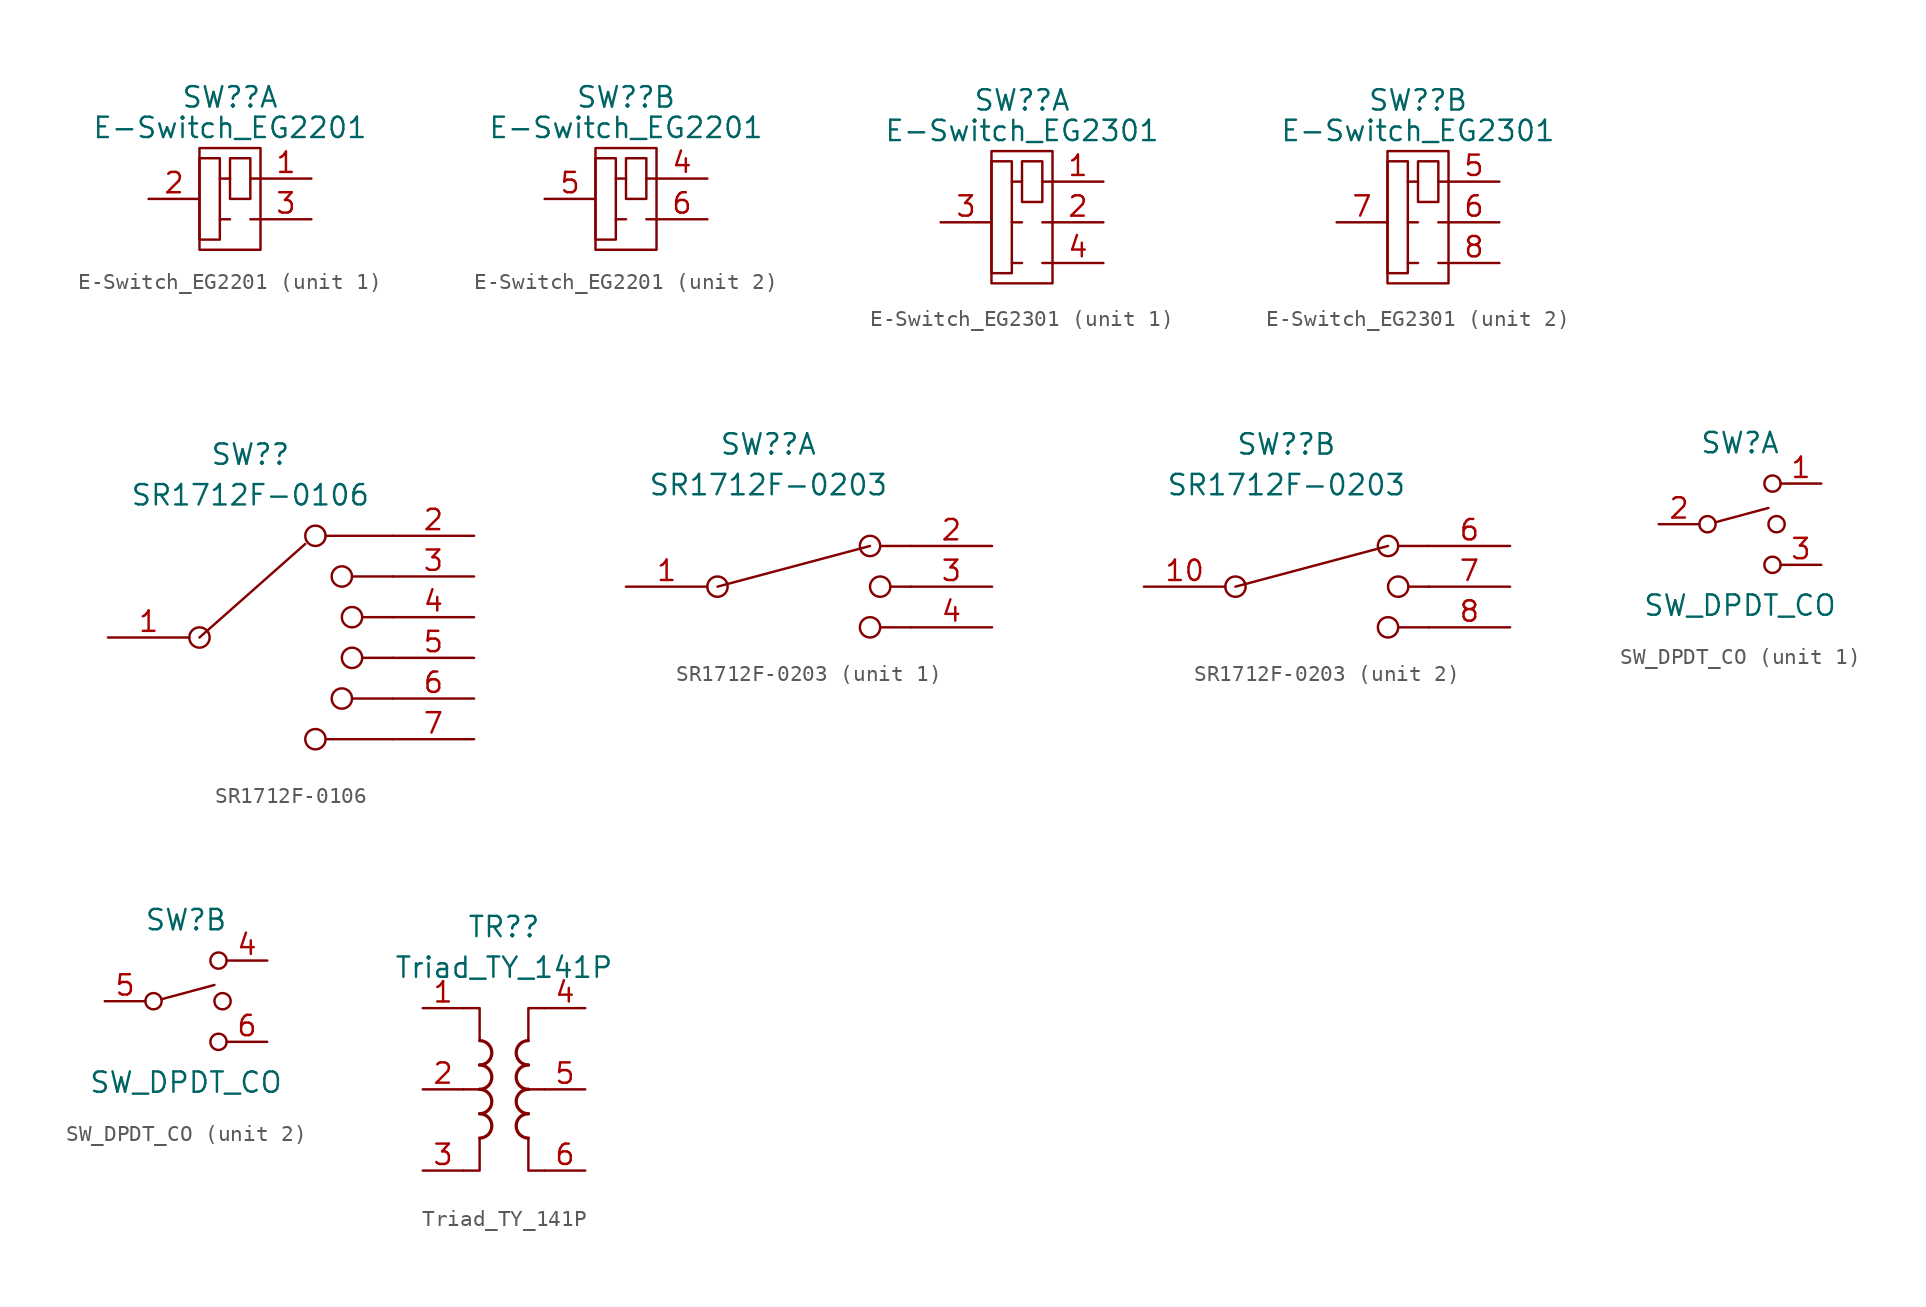
<source format=kicad_sym>
(kicad_symbol_lib
  (version 20220914)
  (generator kicad_symbol_editor)
  (symbol "E-Switch_EG2201"
    (pin_names
      (offset 1.016) hide)
    (property "Reference" "SW?"
      (at 0 6.35 0)
      (effects (font (size 1.27 1.27))))
    (property "Value" "E-Switch_EG2201"
      (at 0 4.445 0)
      (effects (font (size 1.27 1.27))))
    (property "ki_locked" ""
      (at 0 0 0)
      (effects (font (size 1.27 1.27))))
    (symbol "E-Switch_EG2201_0_1"
      (rectangle (start -1.905 2.54) (end -0.635 -2.54) (stroke (width 0) (type default)) (fill (type none)))
      (rectangle (start -1.905 3.175) (end 1.905 -3.175) (stroke (width 0) (type default)) (fill (type none)))
      (polyline (pts (xy -0.635 -1.27) (xy 0 -1.27)) (stroke (width 0) (type default)) (fill (type none)))
      (polyline (pts (xy -0.635 1.27) (xy 0 1.27)) (stroke (width 0) (type default)) (fill (type none)))
      (polyline (pts (xy 1.27 -1.27) (xy 1.905 -1.27)) (stroke (width 0) (type default)) (fill (type none)))
      (polyline (pts (xy 1.27 1.27) (xy 1.905 1.27) (xy 1.27 1.27)) (stroke (width 0) (type default)) (fill (type none)))
      (rectangle (start 0 2.54) (end 1.27 0) (stroke (width 0) (type default)) (fill (type none))))
    (symbol "E-Switch_EG2201_1_1"
      (pin passive line (at 5.08 1.27 180) (length 3.175) (name "1" (effects (font (size 1.27 1.27)))) (number "1" (effects (font (size 1.27 1.27)))))
      (pin passive line (at -5.08 0 0) (length 3.175) (name "2" (effects (font (size 1.27 1.27)))) (number "2" (effects (font (size 1.27 1.27)))))
      (pin passive line (at 5.08 -1.27 180) (length 3.175) (name "3" (effects (font (size 1.27 1.27)))) (number "3" (effects (font (size 1.27 1.27))))))
    (symbol "E-Switch_EG2201_2_1"
      (pin passive line (at 5.08 1.27 180) (length 3.175) (name "4" (effects (font (size 1.27 1.27)))) (number "4" (effects (font (size 1.27 1.27)))))
      (pin passive line (at -5.08 0 0) (length 3.175) (name "5" (effects (font (size 1.27 1.27)))) (number "5" (effects (font (size 1.27 1.27)))))
      (pin passive line (at 5.08 -1.27 180) (length 3.175) (name "6" (effects (font (size 1.27 1.27)))) (number "6" (effects (font (size 1.27 1.27)))))))
  (symbol "E-Switch_EG2301"
    (pin_names
      (offset 1.016) hide)
    (property "Reference" "SW?"
      (at 0 7.62 0)
      (effects (font (size 1.27 1.27))))
    (property "Value" "E-Switch_EG2301"
      (at 0 5.715 0)
      (effects (font (size 1.27 1.27))))
    (property "ki_locked" ""
      (at 0 0 0)
      (effects (font (size 1.27 1.27))))
    (symbol "E-Switch_EG2301_0_1"
      (rectangle (start -1.905 3.81) (end -0.635 -3.175) (stroke (width 0) (type default)) (fill (type none)))
      (rectangle (start -1.905 4.445) (end 1.905 -3.81) (stroke (width 0) (type default)) (fill (type none)))
      (polyline (pts (xy -0.635 -2.54) (xy 0 -2.54)) (stroke (width 0) (type default)) (fill (type none)))
      (polyline (pts (xy -0.635 0) (xy 0 0)) (stroke (width 0) (type default)) (fill (type none)))
      (polyline (pts (xy -0.635 2.54) (xy 0 2.54)) (stroke (width 0) (type default)) (fill (type none)))
      (polyline (pts (xy 1.27 -2.54) (xy 1.905 -2.54)) (stroke (width 0) (type default)) (fill (type none)))
      (polyline (pts (xy 1.27 0) (xy 1.905 0)) (stroke (width 0) (type default)) (fill (type none)))
      (polyline (pts (xy 1.27 2.54) (xy 1.905 2.54) (xy 1.27 2.54)) (stroke (width 0) (type default)) (fill (type none)))
      (rectangle (start 0 3.81) (end 1.27 1.27) (stroke (width 0) (type default)) (fill (type none))))
    (symbol "E-Switch_EG2301_1_1"
      (pin passive line (at 5.08 2.54 180) (length 3.175) (name "1" (effects (font (size 1.27 1.27)))) (number "1" (effects (font (size 1.27 1.27)))))
      (pin passive line (at 5.08 0 180) (length 3.175) (name "2" (effects (font (size 1.27 1.27)))) (number "2" (effects (font (size 1.27 1.27)))))
      (pin passive line (at -5.08 0 0) (length 3.175) (name "3" (effects (font (size 1.27 1.27)))) (number "3" (effects (font (size 1.27 1.27)))))
      (pin passive line (at 5.08 -2.54 180) (length 3.175) (name "4" (effects (font (size 1.27 1.27)))) (number "4" (effects (font (size 1.27 1.27))))))
    (symbol "E-Switch_EG2301_2_1"
      (pin passive line (at 5.08 2.54 180) (length 3.175) (name "5" (effects (font (size 1.27 1.27)))) (number "5" (effects (font (size 1.27 1.27)))))
      (pin passive line (at 5.08 0 180) (length 3.175) (name "6" (effects (font (size 1.27 1.27)))) (number "6" (effects (font (size 1.27 1.27)))))
      (pin passive line (at -5.08 0 0) (length 3.175) (name "7" (effects (font (size 1.27 1.27)))) (number "7" (effects (font (size 1.27 1.27)))))
      (pin passive line (at 5.08 -2.54 180) (length 3.175) (name "8" (effects (font (size 1.27 1.27)))) (number "8" (effects (font (size 1.27 1.27)))))))
  (symbol "SR1712F-0106"
    (pin_names
      (offset 1.016) hide)
    (property "Reference" "SW?"
      (at -1.27 11.43 0)
      (effects (font (size 1.27 1.27))))
    (property "Value" "SR1712F-0106"
      (at -1.27 8.89 0)
      (effects (font (size 1.27 1.27))))
    (symbol "SR1712F-0106_0_0"
      (circle (center -4.445 0) (radius 0.635) (stroke (width 0) (type default)) (fill (type none)))
      (polyline (pts (xy -4.445 0) (xy 2.159 5.842)) (stroke (width 0) (type default)) (fill (type none)))
      (polyline (pts (xy 3.429 -6.35) (xy 7.62 -6.35)) (stroke (width 0) (type default)) (fill (type none)))
      (polyline (pts (xy 3.429 6.35) (xy 7.62 6.35)) (stroke (width 0) (type default)) (fill (type none)))
      (polyline (pts (xy 5.08 -3.81) (xy 7.62 -3.81)) (stroke (width 0) (type default)) (fill (type none)))
      (polyline (pts (xy 5.08 3.81) (xy 7.62 3.81)) (stroke (width 0) (type default)) (fill (type none)))
      (polyline (pts (xy 5.715 -1.27) (xy 7.62 -1.27)) (stroke (width 0) (type default)) (fill (type none)))
      (polyline (pts (xy 5.715 1.27) (xy 7.62 1.27)) (stroke (width 0) (type default)) (fill (type none)))
      (circle (center 2.794 -6.35) (radius 0.635) (stroke (width 0) (type default)) (fill (type none)))
      (circle (center 2.794 6.35) (radius 0.635) (stroke (width 0) (type default)) (fill (type none)))
      (circle (center 4.445 -3.81) (radius 0.635) (stroke (width 0) (type default)) (fill (type none)))
      (circle (center 4.445 3.81) (radius 0.635) (stroke (width 0) (type default)) (fill (type none)))
      (circle (center 5.08 -1.27) (radius 0.635) (stroke (width 0) (type default)) (fill (type none)))
      (circle (center 5.08 1.27) (radius 0.635) (stroke (width 0) (type default)) (fill (type none))))
    (symbol "SR1712F-0106_1_1"
      (pin passive line (at -10.16 0 0) (length 5.08) (name "1" (effects (font (size 1.27 1.27)))) (number "1" (effects (font (size 1.27 1.27)))))
      (pin passive line (at 12.7 6.35 180) (length 5.08) (name "2" (effects (font (size 1.27 1.27)))) (number "2" (effects (font (size 1.27 1.27)))))
      (pin passive line (at 12.7 3.81 180) (length 5.08) (name "3" (effects (font (size 1.27 1.27)))) (number "3" (effects (font (size 1.27 1.27)))))
      (pin passive line (at 12.7 1.27 180) (length 5.08) (name "4" (effects (font (size 1.27 1.27)))) (number "4" (effects (font (size 1.27 1.27)))))
      (pin passive line (at 12.7 -1.27 180) (length 5.08) (name "5" (effects (font (size 1.27 1.27)))) (number "5" (effects (font (size 1.27 1.27)))))
      (pin passive line (at 12.7 -3.81 180) (length 5.08) (name "6" (effects (font (size 1.27 1.27)))) (number "6" (effects (font (size 1.27 1.27)))))
      (pin passive line (at 12.7 -6.35 180) (length 5.08) (name "7" (effects (font (size 1.27 1.27)))) (number "7" (effects (font (size 1.27 1.27)))))))
  (symbol "SR1712F-0203"
    (pin_names
      (offset 1.016) hide)
    (property "Reference" "SW?"
      (at -1.27 8.89 0)
      (effects (font (size 1.27 1.27))))
    (property "Value" "SR1712F-0203"
      (at -1.27 6.35 0)
      (effects (font (size 1.27 1.27))))
    (property "ki_locked" ""
      (at 0 0 0)
      (effects (font (size 1.27 1.27))))
    (symbol "SR1712F-0203_0_0"
      (circle (center -4.445 0) (radius 0.635) (stroke (width 0) (type default)) (fill (type none)))
      (polyline (pts (xy -4.445 0) (xy 5.08 2.54)) (stroke (width 0) (type default)) (fill (type none)))
      (polyline (pts (xy 5.715 -2.54) (xy 7.62 -2.54)) (stroke (width 0) (type default)) (fill (type none)))
      (polyline (pts (xy 5.715 2.54) (xy 7.62 2.54)) (stroke (width 0) (type default)) (fill (type none)))
      (polyline (pts (xy 6.35 0) (xy 7.62 0)) (stroke (width 0) (type default)) (fill (type none)))
      (circle (center 5.08 -2.54) (radius 0.635) (stroke (width 0) (type default)) (fill (type none)))
      (circle (center 5.08 2.54) (radius 0.635) (stroke (width 0) (type default)) (fill (type none)))
      (circle (center 5.715 0) (radius 0.635) (stroke (width 0) (type default)) (fill (type none))))
    (symbol "SR1712F-0203_1_1"
      (pin passive line (at -10.16 0 0) (length 5.08) (name "1" (effects (font (size 1.27 1.27)))) (number "1" (effects (font (size 1.27 1.27)))))
      (pin passive line (at 12.7 2.54 180) (length 5.08) (name "2" (effects (font (size 1.27 1.27)))) (number "2" (effects (font (size 1.27 1.27)))))
      (pin passive line (at 12.7 0 180) (length 5.08) (name "3" (effects (font (size 1.27 1.27)))) (number "3" (effects (font (size 1.27 1.27)))))
      (pin passive line (at 12.7 -2.54 180) (length 5.08) (name "4" (effects (font (size 1.27 1.27)))) (number "4" (effects (font (size 1.27 1.27))))))
    (symbol "SR1712F-0203_2_1"
      (pin passive line (at -10.16 0 0) (length 5.08) (name "10" (effects (font (size 1.27 1.27)))) (number "10" (effects (font (size 1.27 1.27)))))
      (pin passive line (at 12.7 2.54 180) (length 5.08) (name "6" (effects (font (size 1.27 1.27)))) (number "6" (effects (font (size 1.27 1.27)))))
      (pin passive line (at 12.7 0 180) (length 5.08) (name "7" (effects (font (size 1.27 1.27)))) (number "7" (effects (font (size 1.27 1.27)))))
      (pin passive line (at 12.7 -2.54 180) (length 5.08) (name "8" (effects (font (size 1.27 1.27)))) (number "8" (effects (font (size 1.27 1.27)))))))
  (symbol "SW_DPDT_CO"
    (pin_names
      (offset 0) hide)
    (property "Reference" "SW"
      (at 0 5.08 0)
      (effects (font (size 1.27 1.27))))
    (property "Value" "SW_DPDT_CO"
      (at 0 -5.08 0)
      (effects (font (size 1.27 1.27))))
    (symbol "SW_DPDT_CO_0_0"
      (circle (center -2.032 0) (radius 0.508) (stroke (width 0) (type default)) (fill (type none)))
      (polyline (pts (xy -1.524 0.127) (xy 1.778 1.016)) (stroke (width 0) (type default)) (fill (type none)))
      (circle (center 2.032 -2.54) (radius 0.508) (stroke (width 0) (type default)) (fill (type none))))
    (symbol "SW_DPDT_CO_0_1"
      (circle (center 2.032 2.54) (radius 0.508) (stroke (width 0) (type default)) (fill (type none)))
      (circle (center 2.286 0) (radius 0.508) (stroke (width 0) (type default)) (fill (type none))))
    (symbol "SW_DPDT_CO_1_1"
      (pin passive line (at 5.08 2.54 180) (length 2.54) (name "1" (effects (font (size 1.27 1.27)))) (number "1" (effects (font (size 1.27 1.27)))))
      (pin passive line (at -5.08 0 0) (length 2.54) (name "2" (effects (font (size 1.27 1.27)))) (number "2" (effects (font (size 1.27 1.27)))))
      (pin passive line (at 5.08 -2.54 180) (length 2.54) (name "3" (effects (font (size 1.27 1.27)))) (number "3" (effects (font (size 1.27 1.27))))))
    (symbol "SW_DPDT_CO_2_1"
      (pin passive line (at 5.08 2.54 180) (length 2.54) (name "4" (effects (font (size 1.27 1.27)))) (number "4" (effects (font (size 1.27 1.27)))))
      (pin passive line (at -5.08 0 0) (length 2.54) (name "5" (effects (font (size 1.27 1.27)))) (number "5" (effects (font (size 1.27 1.27)))))
      (pin passive line (at 5.08 -2.54 180) (length 2.54) (name "6" (effects (font (size 1.27 1.27)))) (number "6" (effects (font (size 1.27 1.27)))))))
  (symbol "Triad_TY_141P"
    (pin_names hide)
    (property "Reference" "TR?"
      (at 0 10.16 0)
      (effects (font (size 1.27 1.27))))
    (property "Value" "Triad_TY_141P"
      (at 0 7.62 0)
      (effects (font (size 1.27 1.27))))
    (symbol "Triad_TY_141P_0_1"
      (arc (start -1.524 -3.048) (mid -0.7653 -2.286) (end -1.524 -1.524) (stroke (width 0.2032) (type default)) (fill (type none)))
      (arc (start -1.524 -1.524) (mid -0.7653 -0.762) (end -1.524 0) (stroke (width 0.2032) (type default)) (fill (type none)))
      (arc (start -1.524 0) (mid -0.7653 0.762) (end -1.524 1.524) (stroke (width 0.2032) (type default)) (fill (type none)))
      (arc (start -1.524 1.524) (mid -0.7653 2.286) (end -1.524 3.048) (stroke (width 0.2032) (type default)) (fill (type none)))
      (polyline (pts (xy -2.54 0) (xy -1.27 0)) (stroke (width 0) (type default)) (fill (type none)))
      (polyline (pts (xy 2.54 0) (xy 1.27 0)) (stroke (width 0.152) (type default)) (fill (type none)))
      (polyline (pts (xy -2.54 5.08) (xy -1.524 5.08) (xy -1.524 3.048)) (stroke (width 0.152) (type default)) (fill (type none)))
      (polyline (pts (xy -1.524 -3.048) (xy -1.524 -5.08) (xy -2.54 -5.08)) (stroke (width 0.152) (type default)) (fill (type none)))
      (polyline (pts (xy 1.524 3.048) (xy 1.524 5.08) (xy 2.54 5.08)) (stroke (width 0.152) (type default)) (fill (type none)))
      (polyline (pts (xy 2.54 -5.08) (xy 1.524 -5.08) (xy 1.524 -3.048)) (stroke (width 0.152) (type default)) (fill (type none)))
      (arc (start 1.524 -1.524) (mid 0.7653 -2.286) (end 1.524 -3.048) (stroke (width 0.2032) (type default)) (fill (type none)))
      (arc (start 1.524 0) (mid 0.7653 -0.762) (end 1.524 -1.524) (stroke (width 0.2032) (type default)) (fill (type none)))
      (arc (start 1.524 1.524) (mid 0.7653 0.762) (end 1.524 0) (stroke (width 0.2032) (type default)) (fill (type none)))
      (arc (start 1.524 3.048) (mid 0.7653 2.286) (end 1.524 1.524) (stroke (width 0.2032) (type default)) (fill (type none))))
    (symbol "Triad_TY_141P_1_1"
      (pin passive line (at -5.08 5.08 0) (length 2.54) (name "~" (effects (font (size 1.27 1.27)))) (number "1" (effects (font (size 1.27 1.27)))))
      (pin passive line (at -5.08 0 0) (length 2.54) (name "~" (effects (font (size 1.27 1.27)))) (number "2" (effects (font (size 1.27 1.27)))))
      (pin passive line (at -5.08 -5.08 0) (length 2.54) (name "~" (effects (font (size 1.27 1.27)))) (number "3" (effects (font (size 1.27 1.27)))))
      (pin passive line (at 5.08 5.08 180) (length 2.54) (name "~" (effects (font (size 1.27 1.27)))) (number "4" (effects (font (size 1.27 1.27)))))
      (pin passive line (at 5.08 0 180) (length 2.54) (name "~" (effects (font (size 1.27 1.27)))) (number "5" (effects (font (size 1.27 1.27)))))
      (pin passive line (at 5.08 -5.08 180) (length 2.54) (name "~" (effects (font (size 1.27 1.27)))) (number "6" (effects (font (size 1.27 1.27))))))))
</source>
